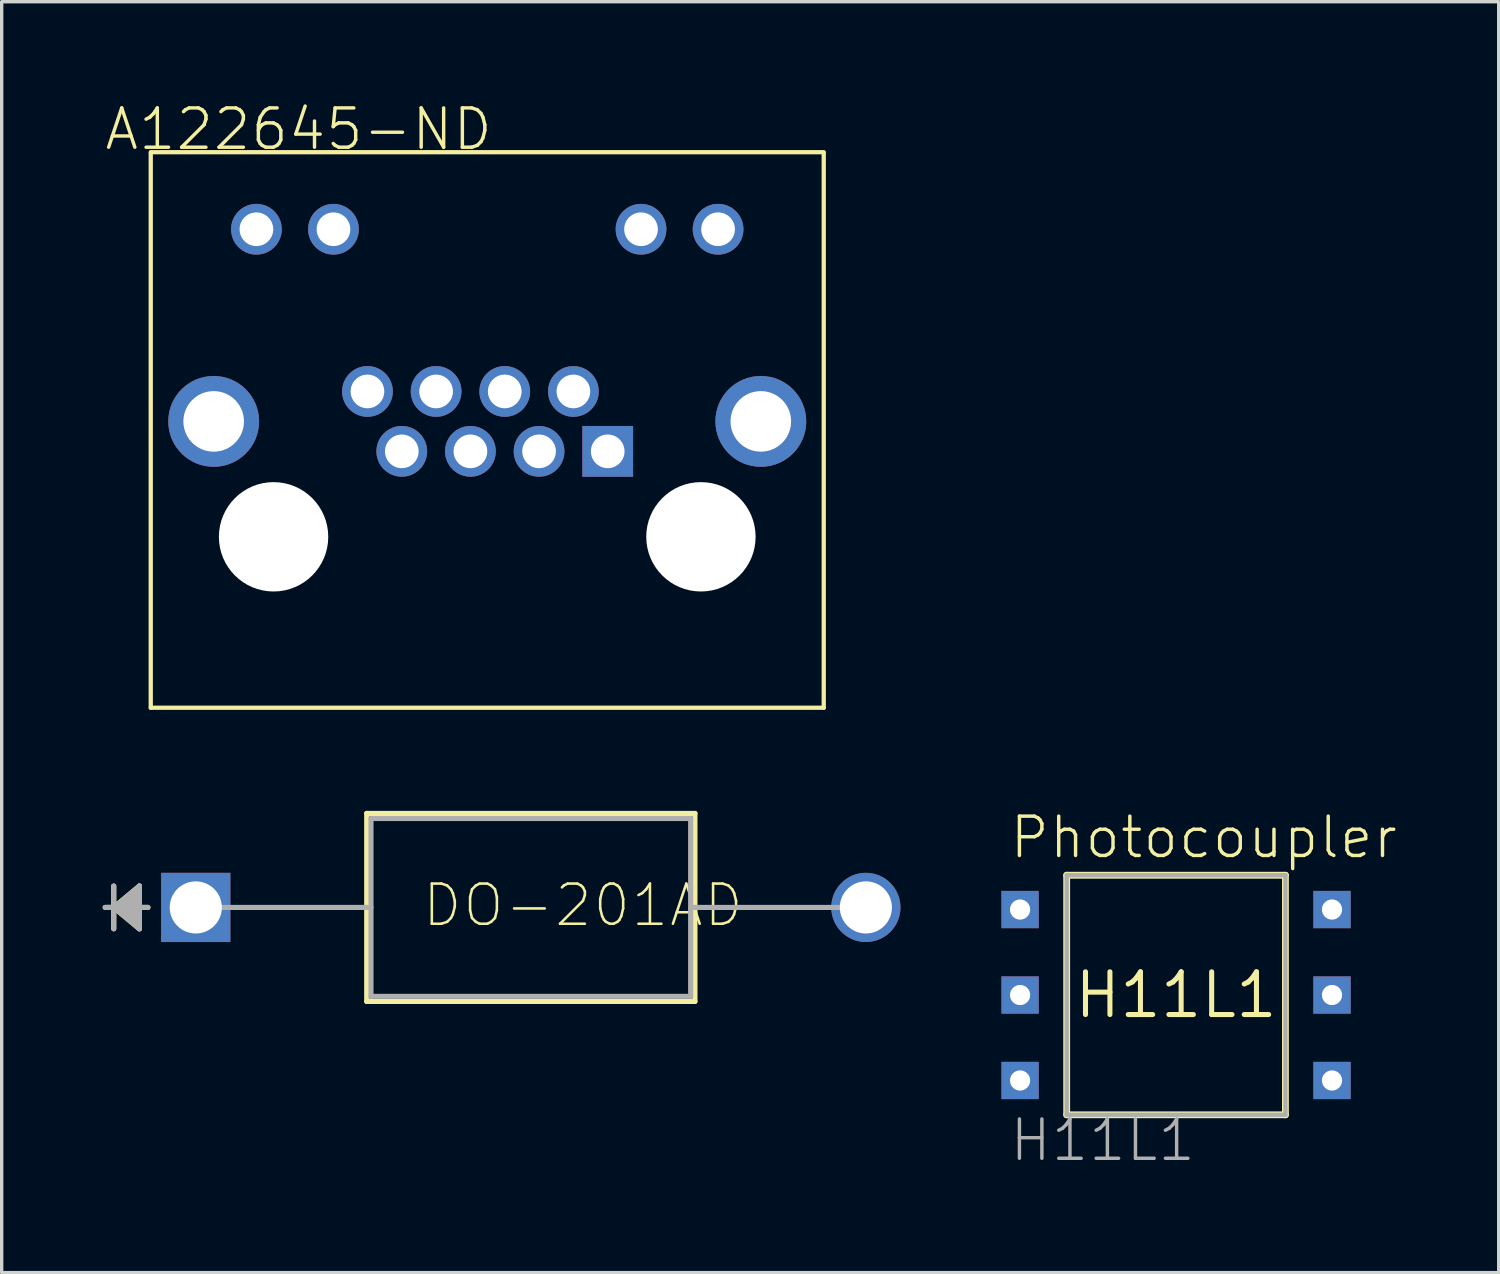
<source format=kicad_pcb>
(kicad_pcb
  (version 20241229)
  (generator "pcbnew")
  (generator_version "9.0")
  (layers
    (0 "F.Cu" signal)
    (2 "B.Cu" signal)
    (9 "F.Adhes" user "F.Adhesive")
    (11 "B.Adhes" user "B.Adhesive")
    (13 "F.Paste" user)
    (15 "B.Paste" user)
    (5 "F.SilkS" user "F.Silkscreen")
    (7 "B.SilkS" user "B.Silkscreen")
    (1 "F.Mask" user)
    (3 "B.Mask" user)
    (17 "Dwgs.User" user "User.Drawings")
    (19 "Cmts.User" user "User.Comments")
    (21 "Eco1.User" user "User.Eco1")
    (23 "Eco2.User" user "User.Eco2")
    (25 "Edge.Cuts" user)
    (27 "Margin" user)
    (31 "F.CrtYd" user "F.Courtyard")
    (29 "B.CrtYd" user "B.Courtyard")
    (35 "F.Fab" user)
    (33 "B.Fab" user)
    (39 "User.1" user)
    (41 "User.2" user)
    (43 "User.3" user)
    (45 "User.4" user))
  (footprint "A122645-ND"
    (layer "F.Cu")
    (at 11.43 12.903)
    (property "Reference" "A122645-ND" (at -11.43 -11.43 0) (layer "F.SilkS") (effects (font (size 1.168 1.168) (thickness 0.102)) (justify left bottom)))
    (fp_line (start -10 -11.43) (end 10 -11.43) (stroke (width 0.127) (type solid)) (layer "F.SilkS"))
    (fp_line (start -10 5.08) (end -10 -11.4) (stroke (width 0.127) (type solid)) (layer "F.SilkS"))
    (fp_line (start -10 5.08) (end 10 5.08) (stroke (width 0.127) (type solid)) (layer "F.SilkS"))
    (fp_line (start 10 5.08) (end 10 -11.4) (stroke (width 0.127) (type solid)) (layer "F.SilkS"))
    (pad "" np_thru_hole circle (at -6.35 0) (size 3.25 3.25) (drill 3.25) (layers "*.Cu" "*.Mask"))
    (pad "" np_thru_hole circle (at 6.35 0) (size 3.25 3.25) (drill 3.25) (layers "*.Cu" "*.Mask"))
    (pad "P$1" thru_hole rect (at 3.58 -2.54) (size 1.508 1.508) (drill 1) (layers "*.Cu" "*.Mask"))
    (pad "P$2" thru_hole circle (at 2.56 -4.32) (size 1.508 1.508) (drill 1) (layers "*.Cu" "*.Mask"))
    (pad "P$3" thru_hole circle (at 1.54 -2.54) (size 1.508 1.508) (drill 1) (layers "*.Cu" "*.Mask"))
    (pad "P$4" thru_hole circle (at 0.52 -4.32) (size 1.508 1.508) (drill 1) (layers "*.Cu" "*.Mask"))
    (pad "P$5" thru_hole circle (at -0.5 -2.54) (size 1.508 1.508) (drill 1) (layers "*.Cu" "*.Mask"))
    (pad "P$6" thru_hole circle (at -1.52 -4.32) (size 1.508 1.508) (drill 1) (layers "*.Cu" "*.Mask"))
    (pad "P$7" thru_hole circle (at -2.54 -2.54) (size 1.508 1.508) (drill 1) (layers "*.Cu" "*.Mask"))
    (pad "P$8" thru_hole circle (at -3.56 -4.32) (size 1.508 1.508) (drill 1) (layers "*.Cu" "*.Mask"))
    (pad "P$9" thru_hole circle (at -6.86 -9.14) (size 1.508 1.508) (drill 1) (layers "*.Cu" "*.Mask"))
    (pad "P$10" thru_hole circle (at -4.57 -9.14) (size 1.508 1.508) (drill 1) (layers "*.Cu" "*.Mask"))
    (pad "P$11" thru_hole circle (at 4.57 -9.14) (size 1.508 1.508) (drill 1) (layers "*.Cu" "*.Mask"))
    (pad "P$12" thru_hole circle (at 6.86 -9.14) (size 1.508 1.508) (drill 1) (layers "*.Cu" "*.Mask"))
    (pad "P$13" thru_hole circle (at -8.13 -3.43) (size 2.7 2.7) (drill 1.8) (layers "*.Cu" "*.Mask"))
    (pad "P$14" thru_hole circle (at 8.13 -3.43) (size 2.7 2.7) (drill 1.8) (layers "*.Cu" "*.Mask")))
  (footprint "DO-201AD"
    (layer "F.Cu")
    (at 22.682 23.917)
    (property "Reference" "DO-201AD" (at -13.233 0.635 0) (layer "F.SilkS") (effects (font (size 1.194 1.194) (thickness 0.076)) (justify left bottom)))
    (fp_line (start -22.352 -0.635) (end -22.352 0) (stroke (width 0.152) (type solid)) (layer "F.SilkS"))
    (fp_line (start -22.352 0) (end -22.606 0) (stroke (width 0.152) (type solid)) (layer "F.SilkS"))
    (fp_line (start -22.352 0) (end -22.352 0.635) (stroke (width 0.152) (type solid)) (layer "F.SilkS"))
    (fp_line (start -22.352 0) (end -21.59 -0.635) (stroke (width 0.152) (type solid)) (layer "F.SilkS"))
    (fp_line (start -22.352 0) (end -21.59 -0.508) (stroke (width 0.152) (type solid)) (layer "F.SilkS"))
    (fp_line (start -22.352 0) (end -21.59 -0.381) (stroke (width 0.152) (type solid)) (layer "F.SilkS"))
    (fp_line (start -22.352 0) (end -21.59 -0.254) (stroke (width 0.152) (type solid)) (layer "F.SilkS"))
    (fp_line (start -22.352 0) (end -21.59 -0.127) (stroke (width 0.152) (type solid)) (layer "F.SilkS"))
    (fp_line (start -22.352 0) (end -21.59 0.127) (stroke (width 0.152) (type solid)) (layer "F.SilkS"))
    (fp_line (start -22.352 0) (end -21.59 0.254) (stroke (width 0.152) (type solid)) (layer "F.SilkS"))
    (fp_line (start -22.352 0) (end -21.59 0.381) (stroke (width 0.152) (type solid)) (layer "F.SilkS"))
    (fp_line (start -22.352 0) (end -21.59 0.508) (stroke (width 0.152) (type solid)) (layer "F.SilkS"))
    (fp_line (start -22.352 0) (end -21.59 0.635) (stroke (width 0.152) (type solid)) (layer "F.SilkS"))
    (fp_line (start -21.59 -0.635) (end -21.59 0.635) (stroke (width 0.152) (type solid)) (layer "F.SilkS"))
    (fp_line (start -21.336 0) (end -22.352 0) (stroke (width 0.152) (type solid)) (layer "F.SilkS"))
    (fp_line (start -14.834 -2.794) (end -14.834 2.794) (stroke (width 0.152) (type solid)) (layer "F.SilkS"))
    (fp_line (start -14.834 2.794) (end -5.08 2.794) (stroke (width 0.152) (type solid)) (layer "F.SilkS"))
    (fp_line (start -5.08 -2.794) (end -14.834 -2.794) (stroke (width 0.152) (type solid)) (layer "F.SilkS"))
    (fp_line (start -5.08 2.794) (end -5.08 -2.794) (stroke (width 0.152) (type solid)) (layer "F.SilkS"))
    (fp_line (start -22.352 -0.635) (end -22.352 0) (stroke (width 0.152) (type solid)) (layer "F.Fab"))
    (fp_line (start -22.352 0) (end -22.606 0) (stroke (width 0.152) (type solid)) (layer "F.Fab"))
    (fp_line (start -22.352 0) (end -22.352 0.635) (stroke (width 0.152) (type solid)) (layer "F.Fab"))
    (fp_line (start -22.352 0) (end -21.59 -0.635) (stroke (width 0.152) (type solid)) (layer "F.Fab"))
    (fp_line (start -22.352 0) (end -21.59 -0.508) (stroke (width 0.152) (type solid)) (layer "F.Fab"))
    (fp_line (start -22.352 0) (end -21.59 -0.381) (stroke (width 0.152) (type solid)) (layer "F.Fab"))
    (fp_line (start -22.352 0) (end -21.59 -0.254) (stroke (width 0.152) (type solid)) (layer "F.Fab"))
    (fp_line (start -22.352 0) (end -21.59 -0.127) (stroke (width 0.152) (type solid)) (layer "F.Fab"))
    (fp_line (start -22.352 0) (end -21.59 0.127) (stroke (width 0.152) (type solid)) (layer "F.Fab"))
    (fp_line (start -22.352 0) (end -21.59 0.254) (stroke (width 0.152) (type solid)) (layer "F.Fab"))
    (fp_line (start -22.352 0) (end -21.59 0.381) (stroke (width 0.152) (type solid)) (layer "F.Fab"))
    (fp_line (start -22.352 0) (end -21.59 0.508) (stroke (width 0.152) (type solid)) (layer "F.Fab"))
    (fp_line (start -22.352 0) (end -21.59 0.635) (stroke (width 0.152) (type solid)) (layer "F.Fab"))
    (fp_line (start -21.59 -0.635) (end -21.59 0.635) (stroke (width 0.152) (type solid)) (layer "F.Fab"))
    (fp_line (start -21.336 0) (end -22.352 0) (stroke (width 0.152) (type solid)) (layer "F.Fab"))
    (fp_line (start -19.914 0) (end -14.707 0) (stroke (width 0.152) (type solid)) (layer "F.Fab"))
    (fp_line (start -14.707 -2.642) (end -14.707 2.642) (stroke (width 0.152) (type solid)) (layer "F.Fab"))
    (fp_line (start -14.707 2.642) (end -5.207 2.642) (stroke (width 0.152) (type solid)) (layer "F.Fab"))
    (fp_line (start -5.207 -2.642) (end -14.707 -2.642) (stroke (width 0.152) (type solid)) (layer "F.Fab"))
    (fp_line (start -5.207 2.642) (end -5.207 -2.642) (stroke (width 0.152) (type solid)) (layer "F.Fab"))
    (fp_line (start 0 0) (end -5.207 0) (stroke (width 0.152) (type solid)) (layer "F.Fab"))
    (pad "1" thru_hole rect (at -19.914 0) (size 2.057 2.057) (drill 1.549) (layers "*.Cu" "*.Mask"))
    (pad "2" thru_hole circle (at 0 0 180) (size 2.057 2.057) (drill 1.549) (layers "*.Cu" "*.Mask")))
  (footprint "H11L1"
    (layer "F.Cu")
    (at 31.9 26.52)
    (property "Reference" "H11L1" (at 0 0 0) (layer "F.SilkS") (effects (font (size 1.27 1.27) (thickness 0.15))))
    (fp_line (start -3.25 -3.56) (end -3.25 3.56) (stroke (width 0.203) (type solid)) (layer "F.SilkS"))
    (fp_line (start -3.25 -3.56) (end 3.25 -3.56) (stroke (width 0.203) (type solid)) (layer "F.SilkS"))
    (fp_line (start -3.25 3.56) (end 3.25 3.56) (stroke (width 0.203) (type solid)) (layer "F.SilkS"))
    (fp_line (start 3.25 -3.56) (end 3.25 3.56) (stroke (width 0.203) (type solid)) (layer "F.SilkS"))
    (fp_line (start -3.25 -3.56) (end -3.25 3.56) (stroke (width 0.127) (type solid)) (layer "F.Fab"))
    (fp_line (start -3.25 -3.56) (end 3.25 -3.56) (stroke (width 0.127) (type solid)) (layer "F.Fab"))
    (fp_line (start -3.25 3.56) (end 3.25 3.56) (stroke (width 0.127) (type solid)) (layer "F.Fab"))
    (fp_line (start 3.25 -3.56) (end 3.25 3.56) (stroke (width 0.127) (type solid)) (layer "F.Fab"))
    (fp_text user "Photocoupler" (at -5 -4 0) (layer "F.SilkS") (effects (font (size 1.168 1.168) (thickness 0.102)) (justify left bottom)))
    (fp_text user "H11L1" (at -5 5 0) (layer "F.Fab") (effects (font (size 1.168 1.168) (thickness 0.102)) (justify left bottom)))
    (pad "3" thru_hole rect (at -4.635 2.54) (size 1.108 1.108) (drill 0.6) (layers "*.Cu" "*.Mask"))
    (pad "ANODE" thru_hole rect (at -4.635 -2.54) (size 1.108 1.108) (drill 0.6) (layers "*.Cu" "*.Mask"))
    (pad "CATHODE" thru_hole rect (at -4.635 0) (size 1.108 1.108) (drill 0.6) (layers "*.Cu" "*.Mask"))
    (pad "GND" thru_hole rect (at 4.635 0) (size 1.108 1.108) (drill 0.6) (layers "*.Cu" "*.Mask"))
    (pad "VCC" thru_hole rect (at 4.635 -2.54) (size 1.108 1.108) (drill 0.6) (layers "*.Cu" "*.Mask"))
    (pad "VO" thru_hole rect (at 4.635 2.54) (size 1.108 1.108) (drill 0.6) (layers "*.Cu" "*.Mask")))
  (gr_rect
    (start -3 -3)
    (end 41.488 34.77)
    (stroke (width 0.1) (type default))
    (fill no)
    (layer "Edge.Cuts")))
</source>
